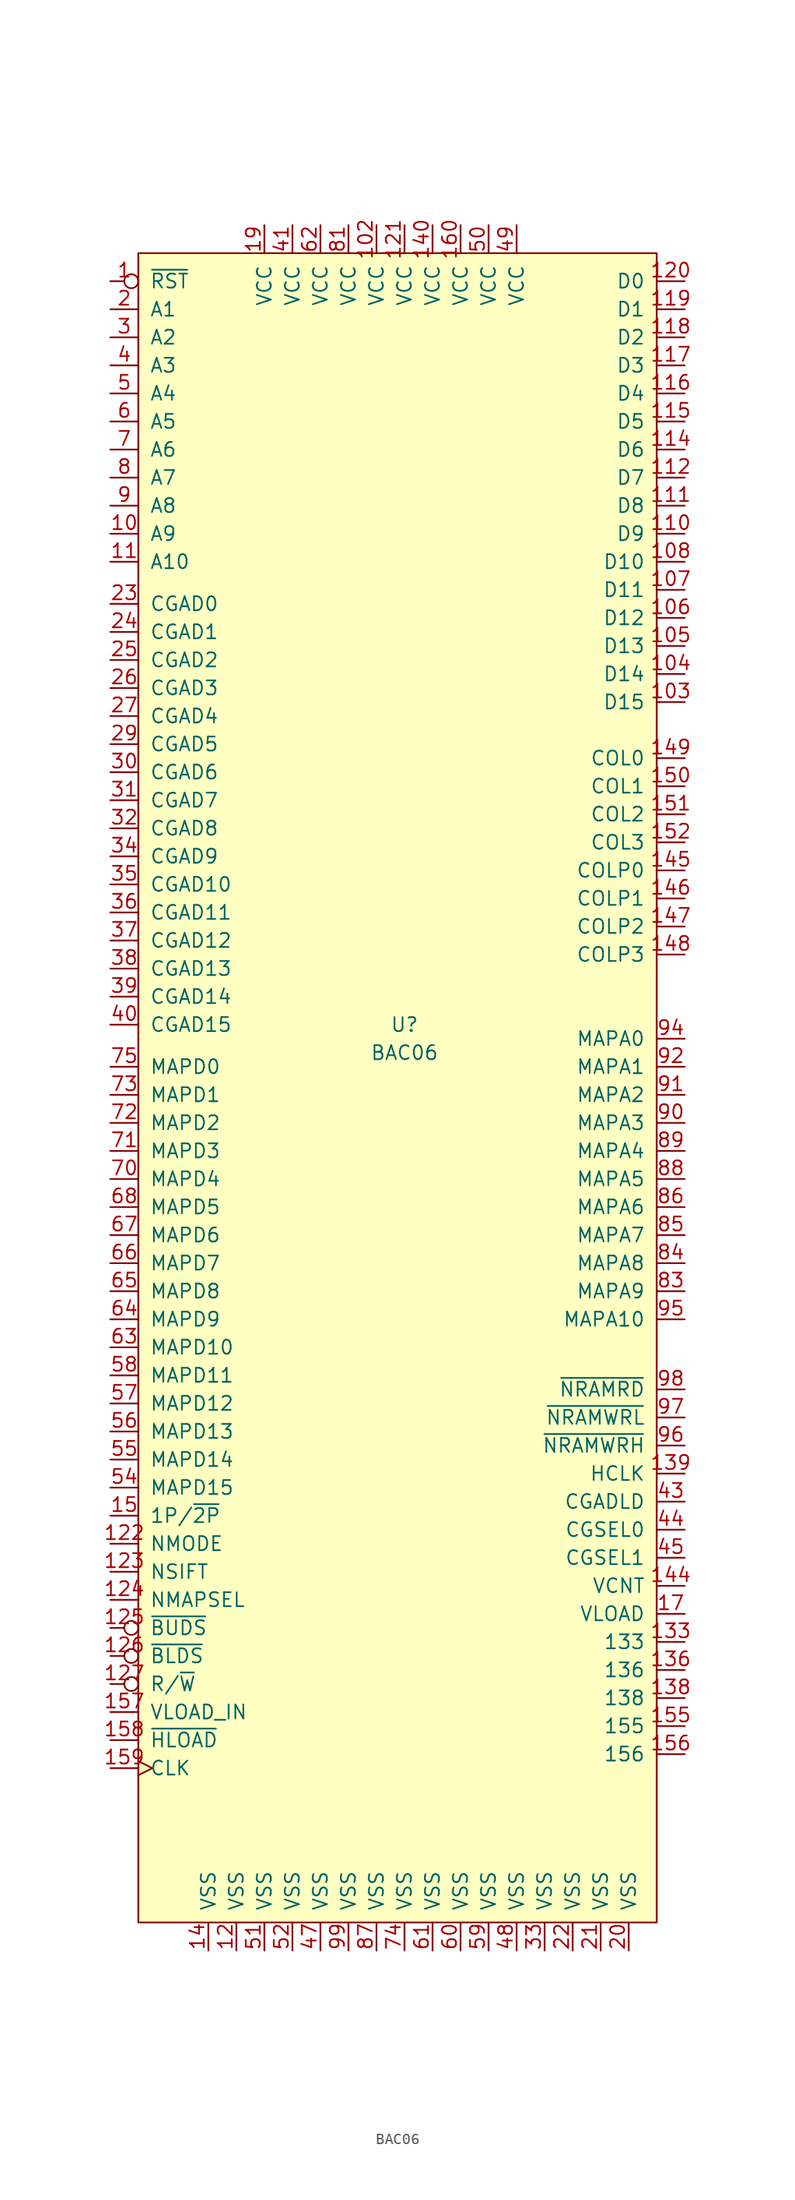
<source format=kicad_sym>
(kicad_symbol_lib
  (version 20211014)
  (generator kicad_symbol_editor)
  (symbol "BAC06"
    (pin_names
      (offset 1.016))
    (property "Reference" "U"
      (at -1.27 2.54 0)
      (effects (font (size 1.27 1.27))))
    (property "Value" "BAC06"
      (at -1.27 0 0)
      (effects (font (size 1.27 1.27))))
    (symbol "BAC06_0_1"
      (rectangle (start -25.4 72.39) (end 21.59 -78.74) (stroke (width 0) (type default) (color 0 0 0 0)) (fill (type background))))
    (symbol "BAC06_1_1"
      (pin input inverted (at -27.94 69.85 0) (length 2.54) (name "~{RST}" (effects (font (size 1.27 1.27)))) (number "1" (effects (font (size 1.27 1.27)))))
      (pin input line (at -27.94 46.99 0) (length 2.54) (name "A9" (effects (font (size 1.27 1.27)))) (number "10" (effects (font (size 1.27 1.27)))))
      (pin power_in line (at -3.81 74.93 270) (length 2.54) (name "VCC" (effects (font (size 1.27 1.27)))) (number "102" (effects (font (size 1.27 1.27)))))
      (pin bidirectional line (at 24.13 31.75 180) (length 2.54) (name "D15" (effects (font (size 1.27 1.27)))) (number "103" (effects (font (size 1.27 1.27)))))
      (pin bidirectional line (at 24.13 34.29 180) (length 2.54) (name "D14" (effects (font (size 1.27 1.27)))) (number "104" (effects (font (size 1.27 1.27)))))
      (pin bidirectional line (at 24.13 36.83 180) (length 2.54) (name "D13" (effects (font (size 1.27 1.27)))) (number "105" (effects (font (size 1.27 1.27)))))
      (pin bidirectional line (at 24.13 39.37 180) (length 2.54) (name "D12" (effects (font (size 1.27 1.27)))) (number "106" (effects (font (size 1.27 1.27)))))
      (pin bidirectional line (at 24.13 41.91 180) (length 2.54) (name "D11" (effects (font (size 1.27 1.27)))) (number "107" (effects (font (size 1.27 1.27)))))
      (pin bidirectional line (at 24.13 44.45 180) (length 2.54) (name "D10" (effects (font (size 1.27 1.27)))) (number "108" (effects (font (size 1.27 1.27)))))
      (pin input line (at -27.94 44.45 0) (length 2.54) (name "A10" (effects (font (size 1.27 1.27)))) (number "11" (effects (font (size 1.27 1.27)))))
      (pin bidirectional line (at 24.13 46.99 180) (length 2.54) (name "D9" (effects (font (size 1.27 1.27)))) (number "110" (effects (font (size 1.27 1.27)))))
      (pin bidirectional line (at 24.13 49.53 180) (length 2.54) (name "D8" (effects (font (size 1.27 1.27)))) (number "111" (effects (font (size 1.27 1.27)))))
      (pin bidirectional line (at 24.13 52.07 180) (length 2.54) (name "D7" (effects (font (size 1.27 1.27)))) (number "112" (effects (font (size 1.27 1.27)))))
      (pin bidirectional line (at 24.13 54.61 180) (length 2.54) (name "D6" (effects (font (size 1.27 1.27)))) (number "114" (effects (font (size 1.27 1.27)))))
      (pin bidirectional line (at 24.13 57.15 180) (length 2.54) (name "D5" (effects (font (size 1.27 1.27)))) (number "115" (effects (font (size 1.27 1.27)))))
      (pin bidirectional line (at 24.13 59.69 180) (length 2.54) (name "D4" (effects (font (size 1.27 1.27)))) (number "116" (effects (font (size 1.27 1.27)))))
      (pin bidirectional line (at 24.13 62.23 180) (length 2.54) (name "D3" (effects (font (size 1.27 1.27)))) (number "117" (effects (font (size 1.27 1.27)))))
      (pin bidirectional line (at 24.13 64.77 180) (length 2.54) (name "D2" (effects (font (size 1.27 1.27)))) (number "118" (effects (font (size 1.27 1.27)))))
      (pin bidirectional line (at 24.13 67.31 180) (length 2.54) (name "D1" (effects (font (size 1.27 1.27)))) (number "119" (effects (font (size 1.27 1.27)))))
      (pin power_in line (at -16.51 -81.28 90) (length 2.54) (name "VSS" (effects (font (size 1.27 1.27)))) (number "12" (effects (font (size 1.27 1.27)))))
      (pin bidirectional line (at 24.13 69.85 180) (length 2.54) (name "D0" (effects (font (size 1.27 1.27)))) (number "120" (effects (font (size 1.27 1.27)))))
      (pin power_in line (at -1.27 74.93 270) (length 2.54) (name "VCC" (effects (font (size 1.27 1.27)))) (number "121" (effects (font (size 1.27 1.27)))))
      (pin input line (at -27.94 -44.45 0) (length 2.54) (name "NMODE" (effects (font (size 1.27 1.27)))) (number "122" (effects (font (size 1.27 1.27)))))
      (pin input line (at -27.94 -46.99 0) (length 2.54) (name "NSIFT" (effects (font (size 1.27 1.27)))) (number "123" (effects (font (size 1.27 1.27)))))
      (pin input line (at -27.94 -49.53 0) (length 2.54) (name "NMAPSEL" (effects (font (size 1.27 1.27)))) (number "124" (effects (font (size 1.27 1.27)))))
      (pin input inverted (at -27.94 -52.07 0) (length 2.54) (name "~{BUDS}" (effects (font (size 1.27 1.27)))) (number "125" (effects (font (size 1.27 1.27)))))
      (pin input inverted (at -27.94 -54.61 0) (length 2.54) (name "~{BLDS}" (effects (font (size 1.27 1.27)))) (number "126" (effects (font (size 1.27 1.27)))))
      (pin input inverted (at -27.94 -57.15 0) (length 2.54) (name "R/~{W}" (effects (font (size 1.27 1.27)))) (number "127" (effects (font (size 1.27 1.27)))))
      (pin output line (at 24.13 -53.34 180) (length 2.54) (name "133" (effects (font (size 1.27 1.27)))) (number "133" (effects (font (size 1.27 1.27)))))
      (pin output line (at 24.13 -55.88 180) (length 2.54) (name "136" (effects (font (size 1.27 1.27)))) (number "136" (effects (font (size 1.27 1.27)))))
      (pin output line (at 24.13 -58.42 180) (length 2.54) (name "138" (effects (font (size 1.27 1.27)))) (number "138" (effects (font (size 1.27 1.27)))))
      (pin output line (at 24.13 -38.1 180) (length 2.54) (name "HCLK" (effects (font (size 1.27 1.27)))) (number "139" (effects (font (size 1.27 1.27)))))
      (pin power_in line (at -19.05 -81.28 90) (length 2.54) (name "VSS" (effects (font (size 1.27 1.27)))) (number "14" (effects (font (size 1.27 1.27)))))
      (pin power_in line (at 1.27 74.93 270) (length 2.54) (name "VCC" (effects (font (size 1.27 1.27)))) (number "140" (effects (font (size 1.27 1.27)))))
      (pin output line (at 24.13 -48.26 180) (length 2.54) (name "VCNT" (effects (font (size 1.27 1.27)))) (number "144" (effects (font (size 1.27 1.27)))))
      (pin output line (at 24.13 16.51 180) (length 2.54) (name "COLP0" (effects (font (size 1.27 1.27)))) (number "145" (effects (font (size 1.27 1.27)))))
      (pin output line (at 24.13 13.97 180) (length 2.54) (name "COLP1" (effects (font (size 1.27 1.27)))) (number "146" (effects (font (size 1.27 1.27)))))
      (pin output line (at 24.13 11.43 180) (length 2.54) (name "COLP2" (effects (font (size 1.27 1.27)))) (number "147" (effects (font (size 1.27 1.27)))))
      (pin output line (at 24.13 8.89 180) (length 2.54) (name "COLP3" (effects (font (size 1.27 1.27)))) (number "148" (effects (font (size 1.27 1.27)))))
      (pin output line (at 24.13 26.67 180) (length 2.54) (name "COL0" (effects (font (size 1.27 1.27)))) (number "149" (effects (font (size 1.27 1.27)))))
      (pin input line (at -27.94 -41.91 0) (length 2.54) (name "1P/~{2P}" (effects (font (size 1.27 1.27)))) (number "15" (effects (font (size 1.27 1.27)))))
      (pin output line (at 24.13 24.13 180) (length 2.54) (name "COL1" (effects (font (size 1.27 1.27)))) (number "150" (effects (font (size 1.27 1.27)))))
      (pin output line (at 24.13 21.59 180) (length 2.54) (name "COL2" (effects (font (size 1.27 1.27)))) (number "151" (effects (font (size 1.27 1.27)))))
      (pin output line (at 24.13 19.05 180) (length 2.54) (name "COL3" (effects (font (size 1.27 1.27)))) (number "152" (effects (font (size 1.27 1.27)))))
      (pin output line (at 24.13 -60.96 180) (length 2.54) (name "155" (effects (font (size 1.27 1.27)))) (number "155" (effects (font (size 1.27 1.27)))))
      (pin output line (at 24.13 -63.5 180) (length 2.54) (name "156" (effects (font (size 1.27 1.27)))) (number "156" (effects (font (size 1.27 1.27)))))
      (pin input line (at -27.94 -59.69 0) (length 2.54) (name "VLOAD_IN" (effects (font (size 1.27 1.27)))) (number "157" (effects (font (size 1.27 1.27)))))
      (pin input line (at -27.94 -62.23 0) (length 2.54) (name "~{HLOAD}" (effects (font (size 1.27 1.27)))) (number "158" (effects (font (size 1.27 1.27)))))
      (pin input clock (at -27.94 -64.77 0) (length 2.54) (name "CLK" (effects (font (size 1.27 1.27)))) (number "159" (effects (font (size 1.27 1.27)))))
      (pin power_in line (at 3.81 74.93 270) (length 2.54) (name "VCC" (effects (font (size 1.27 1.27)))) (number "160" (effects (font (size 1.27 1.27)))))
      (pin output line (at 24.13 -50.8 180) (length 2.54) (name "VLOAD" (effects (font (size 1.27 1.27)))) (number "17" (effects (font (size 1.27 1.27)))))
      (pin power_in line (at -13.97 74.93 270) (length 2.54) (name "VCC" (effects (font (size 1.27 1.27)))) (number "19" (effects (font (size 1.27 1.27)))))
      (pin input line (at -27.94 67.31 0) (length 2.54) (name "A1" (effects (font (size 1.27 1.27)))) (number "2" (effects (font (size 1.27 1.27)))))
      (pin power_in line (at 19.05 -81.28 90) (length 2.54) (name "VSS" (effects (font (size 1.27 1.27)))) (number "20" (effects (font (size 1.27 1.27)))))
      (pin power_in line (at 16.51 -81.28 90) (length 2.54) (name "VSS" (effects (font (size 1.27 1.27)))) (number "21" (effects (font (size 1.27 1.27)))))
      (pin power_in line (at 13.97 -81.28 90) (length 2.54) (name "VSS" (effects (font (size 1.27 1.27)))) (number "22" (effects (font (size 1.27 1.27)))))
      (pin bidirectional line (at -27.94 40.64 0) (length 2.54) (name "CGAD0" (effects (font (size 1.27 1.27)))) (number "23" (effects (font (size 1.27 1.27)))))
      (pin bidirectional line (at -27.94 38.1 0) (length 2.54) (name "CGAD1" (effects (font (size 1.27 1.27)))) (number "24" (effects (font (size 1.27 1.27)))))
      (pin bidirectional line (at -27.94 35.56 0) (length 2.54) (name "CGAD2" (effects (font (size 1.27 1.27)))) (number "25" (effects (font (size 1.27 1.27)))))
      (pin bidirectional line (at -27.94 33.02 0) (length 2.54) (name "CGAD3" (effects (font (size 1.27 1.27)))) (number "26" (effects (font (size 1.27 1.27)))))
      (pin bidirectional line (at -27.94 30.48 0) (length 2.54) (name "CGAD4" (effects (font (size 1.27 1.27)))) (number "27" (effects (font (size 1.27 1.27)))))
      (pin bidirectional line (at -27.94 27.94 0) (length 2.54) (name "CGAD5" (effects (font (size 1.27 1.27)))) (number "29" (effects (font (size 1.27 1.27)))))
      (pin input line (at -27.94 64.77 0) (length 2.54) (name "A2" (effects (font (size 1.27 1.27)))) (number "3" (effects (font (size 1.27 1.27)))))
      (pin bidirectional line (at -27.94 25.4 0) (length 2.54) (name "CGAD6" (effects (font (size 1.27 1.27)))) (number "30" (effects (font (size 1.27 1.27)))))
      (pin bidirectional line (at -27.94 22.86 0) (length 2.54) (name "CGAD7" (effects (font (size 1.27 1.27)))) (number "31" (effects (font (size 1.27 1.27)))))
      (pin bidirectional line (at -27.94 20.32 0) (length 2.54) (name "CGAD8" (effects (font (size 1.27 1.27)))) (number "32" (effects (font (size 1.27 1.27)))))
      (pin power_in line (at 11.43 -81.28 90) (length 2.54) (name "VSS" (effects (font (size 1.27 1.27)))) (number "33" (effects (font (size 1.27 1.27)))))
      (pin bidirectional line (at -27.94 17.78 0) (length 2.54) (name "CGAD9" (effects (font (size 1.27 1.27)))) (number "34" (effects (font (size 1.27 1.27)))))
      (pin bidirectional line (at -27.94 15.24 0) (length 2.54) (name "CGAD10" (effects (font (size 1.27 1.27)))) (number "35" (effects (font (size 1.27 1.27)))))
      (pin bidirectional line (at -27.94 12.7 0) (length 2.54) (name "CGAD11" (effects (font (size 1.27 1.27)))) (number "36" (effects (font (size 1.27 1.27)))))
      (pin bidirectional line (at -27.94 10.16 0) (length 2.54) (name "CGAD12" (effects (font (size 1.27 1.27)))) (number "37" (effects (font (size 1.27 1.27)))))
      (pin bidirectional line (at -27.94 7.62 0) (length 2.54) (name "CGAD13" (effects (font (size 1.27 1.27)))) (number "38" (effects (font (size 1.27 1.27)))))
      (pin bidirectional line (at -27.94 5.08 0) (length 2.54) (name "CGAD14" (effects (font (size 1.27 1.27)))) (number "39" (effects (font (size 1.27 1.27)))))
      (pin input line (at -27.94 62.23 0) (length 2.54) (name "A3" (effects (font (size 1.27 1.27)))) (number "4" (effects (font (size 1.27 1.27)))))
      (pin bidirectional line (at -27.94 2.54 0) (length 2.54) (name "CGAD15" (effects (font (size 1.27 1.27)))) (number "40" (effects (font (size 1.27 1.27)))))
      (pin power_in line (at -11.43 74.93 270) (length 2.54) (name "VCC" (effects (font (size 1.27 1.27)))) (number "41" (effects (font (size 1.27 1.27)))))
      (pin output line (at 24.13 -40.64 180) (length 2.54) (name "CGADLD" (effects (font (size 1.27 1.27)))) (number "43" (effects (font (size 1.27 1.27)))))
      (pin output line (at 24.13 -43.18 180) (length 2.54) (name "CGSEL0" (effects (font (size 1.27 1.27)))) (number "44" (effects (font (size 1.27 1.27)))))
      (pin output line (at 24.13 -45.72 180) (length 2.54) (name "CGSEL1" (effects (font (size 1.27 1.27)))) (number "45" (effects (font (size 1.27 1.27)))))
      (pin power_in line (at -8.89 -81.28 90) (length 2.54) (name "VSS" (effects (font (size 1.27 1.27)))) (number "47" (effects (font (size 1.27 1.27)))))
      (pin power_in line (at 8.89 -81.28 90) (length 2.54) (name "VSS" (effects (font (size 1.27 1.27)))) (number "48" (effects (font (size 1.27 1.27)))))
      (pin power_in line (at 8.89 74.93 270) (length 2.54) (name "VCC" (effects (font (size 1.27 1.27)))) (number "49" (effects (font (size 1.27 1.27)))))
      (pin input line (at -27.94 59.69 0) (length 2.54) (name "A4" (effects (font (size 1.27 1.27)))) (number "5" (effects (font (size 1.27 1.27)))))
      (pin power_in line (at 6.35 74.93 270) (length 2.54) (name "VCC" (effects (font (size 1.27 1.27)))) (number "50" (effects (font (size 1.27 1.27)))))
      (pin power_in line (at -13.97 -81.28 90) (length 2.54) (name "VSS" (effects (font (size 1.27 1.27)))) (number "51" (effects (font (size 1.27 1.27)))))
      (pin power_in line (at -11.43 -81.28 90) (length 2.54) (name "VSS" (effects (font (size 1.27 1.27)))) (number "52" (effects (font (size 1.27 1.27)))))
      (pin bidirectional line (at -27.94 -39.37 0) (length 2.54) (name "MAPD15" (effects (font (size 1.27 1.27)))) (number "54" (effects (font (size 1.27 1.27)))))
      (pin bidirectional line (at -27.94 -36.83 0) (length 2.54) (name "MAPD14" (effects (font (size 1.27 1.27)))) (number "55" (effects (font (size 1.27 1.27)))))
      (pin bidirectional line (at -27.94 -34.29 0) (length 2.54) (name "MAPD13" (effects (font (size 1.27 1.27)))) (number "56" (effects (font (size 1.27 1.27)))))
      (pin bidirectional line (at -27.94 -31.75 0) (length 2.54) (name "MAPD12" (effects (font (size 1.27 1.27)))) (number "57" (effects (font (size 1.27 1.27)))))
      (pin bidirectional line (at -27.94 -29.21 0) (length 2.54) (name "MAPD11" (effects (font (size 1.27 1.27)))) (number "58" (effects (font (size 1.27 1.27)))))
      (pin power_in line (at 6.35 -81.28 90) (length 2.54) (name "VSS" (effects (font (size 1.27 1.27)))) (number "59" (effects (font (size 1.27 1.27)))))
      (pin input line (at -27.94 57.15 0) (length 2.54) (name "A5" (effects (font (size 1.27 1.27)))) (number "6" (effects (font (size 1.27 1.27)))))
      (pin power_in line (at 3.81 -81.28 90) (length 2.54) (name "VSS" (effects (font (size 1.27 1.27)))) (number "60" (effects (font (size 1.27 1.27)))))
      (pin power_in line (at 1.27 -81.28 90) (length 2.54) (name "VSS" (effects (font (size 1.27 1.27)))) (number "61" (effects (font (size 1.27 1.27)))))
      (pin power_in line (at -8.89 74.93 270) (length 2.54) (name "VCC" (effects (font (size 1.27 1.27)))) (number "62" (effects (font (size 1.27 1.27)))))
      (pin bidirectional line (at -27.94 -26.67 0) (length 2.54) (name "MAPD10" (effects (font (size 1.27 1.27)))) (number "63" (effects (font (size 1.27 1.27)))))
      (pin bidirectional line (at -27.94 -24.13 0) (length 2.54) (name "MAPD9" (effects (font (size 1.27 1.27)))) (number "64" (effects (font (size 1.27 1.27)))))
      (pin bidirectional line (at -27.94 -21.59 0) (length 2.54) (name "MAPD8" (effects (font (size 1.27 1.27)))) (number "65" (effects (font (size 1.27 1.27)))))
      (pin bidirectional line (at -27.94 -19.05 0) (length 2.54) (name "MAPD7" (effects (font (size 1.27 1.27)))) (number "66" (effects (font (size 1.27 1.27)))))
      (pin bidirectional line (at -27.94 -16.51 0) (length 2.54) (name "MAPD6" (effects (font (size 1.27 1.27)))) (number "67" (effects (font (size 1.27 1.27)))))
      (pin bidirectional line (at -27.94 -13.97 0) (length 2.54) (name "MAPD5" (effects (font (size 1.27 1.27)))) (number "68" (effects (font (size 1.27 1.27)))))
      (pin input line (at -27.94 54.61 0) (length 2.54) (name "A6" (effects (font (size 1.27 1.27)))) (number "7" (effects (font (size 1.27 1.27)))))
      (pin bidirectional line (at -27.94 -11.43 0) (length 2.54) (name "MAPD4" (effects (font (size 1.27 1.27)))) (number "70" (effects (font (size 1.27 1.27)))))
      (pin bidirectional line (at -27.94 -8.89 0) (length 2.54) (name "MAPD3" (effects (font (size 1.27 1.27)))) (number "71" (effects (font (size 1.27 1.27)))))
      (pin bidirectional line (at -27.94 -6.35 0) (length 2.54) (name "MAPD2" (effects (font (size 1.27 1.27)))) (number "72" (effects (font (size 1.27 1.27)))))
      (pin bidirectional line (at -27.94 -3.81 0) (length 2.54) (name "MAPD1" (effects (font (size 1.27 1.27)))) (number "73" (effects (font (size 1.27 1.27)))))
      (pin power_in line (at -1.27 -81.28 90) (length 2.54) (name "VSS" (effects (font (size 1.27 1.27)))) (number "74" (effects (font (size 1.27 1.27)))))
      (pin bidirectional line (at -27.94 -1.27 0) (length 2.54) (name "MAPD0" (effects (font (size 1.27 1.27)))) (number "75" (effects (font (size 1.27 1.27)))))
      (pin input line (at -27.94 52.07 0) (length 2.54) (name "A7" (effects (font (size 1.27 1.27)))) (number "8" (effects (font (size 1.27 1.27)))))
      (pin power_in line (at -6.35 74.93 270) (length 2.54) (name "VCC" (effects (font (size 1.27 1.27)))) (number "81" (effects (font (size 1.27 1.27)))))
      (pin output line (at 24.13 -21.59 180) (length 2.54) (name "MAPA9" (effects (font (size 1.27 1.27)))) (number "83" (effects (font (size 1.27 1.27)))))
      (pin output line (at 24.13 -19.05 180) (length 2.54) (name "MAPA8" (effects (font (size 1.27 1.27)))) (number "84" (effects (font (size 1.27 1.27)))))
      (pin output line (at 24.13 -16.51 180) (length 2.54) (name "MAPA7" (effects (font (size 1.27 1.27)))) (number "85" (effects (font (size 1.27 1.27)))))
      (pin output line (at 24.13 -13.97 180) (length 2.54) (name "MAPA6" (effects (font (size 1.27 1.27)))) (number "86" (effects (font (size 1.27 1.27)))))
      (pin power_in line (at -3.81 -81.28 90) (length 2.54) (name "VSS" (effects (font (size 1.27 1.27)))) (number "87" (effects (font (size 1.27 1.27)))))
      (pin output line (at 24.13 -11.43 180) (length 2.54) (name "MAPA5" (effects (font (size 1.27 1.27)))) (number "88" (effects (font (size 1.27 1.27)))))
      (pin output line (at 24.13 -8.89 180) (length 2.54) (name "MAPA4" (effects (font (size 1.27 1.27)))) (number "89" (effects (font (size 1.27 1.27)))))
      (pin input line (at -27.94 49.53 0) (length 2.54) (name "A8" (effects (font (size 1.27 1.27)))) (number "9" (effects (font (size 1.27 1.27)))))
      (pin output line (at 24.13 -6.35 180) (length 2.54) (name "MAPA3" (effects (font (size 1.27 1.27)))) (number "90" (effects (font (size 1.27 1.27)))))
      (pin output line (at 24.13 -3.81 180) (length 2.54) (name "MAPA2" (effects (font (size 1.27 1.27)))) (number "91" (effects (font (size 1.27 1.27)))))
      (pin output line (at 24.13 -1.27 180) (length 2.54) (name "MAPA1" (effects (font (size 1.27 1.27)))) (number "92" (effects (font (size 1.27 1.27)))))
      (pin output line (at 24.13 1.27 180) (length 2.54) (name "MAPA0" (effects (font (size 1.27 1.27)))) (number "94" (effects (font (size 1.27 1.27)))))
      (pin output line (at 24.13 -24.13 180) (length 2.54) (name "MAPA10" (effects (font (size 1.27 1.27)))) (number "95" (effects (font (size 1.27 1.27)))))
      (pin output line (at 24.13 -35.56 180) (length 2.54) (name "~{NRAMWRH}" (effects (font (size 1.27 1.27)))) (number "96" (effects (font (size 1.27 1.27)))))
      (pin output line (at 24.13 -33.02 180) (length 2.54) (name "~{NRAMWRL}" (effects (font (size 1.27 1.27)))) (number "97" (effects (font (size 1.27 1.27)))))
      (pin output line (at 24.13 -30.48 180) (length 2.54) (name "~{NRAMRD}" (effects (font (size 1.27 1.27)))) (number "98" (effects (font (size 1.27 1.27)))))
      (pin power_in line (at -6.35 -81.28 90) (length 2.54) (name "VSS" (effects (font (size 1.27 1.27)))) (number "99" (effects (font (size 1.27 1.27))))))))
</source>
